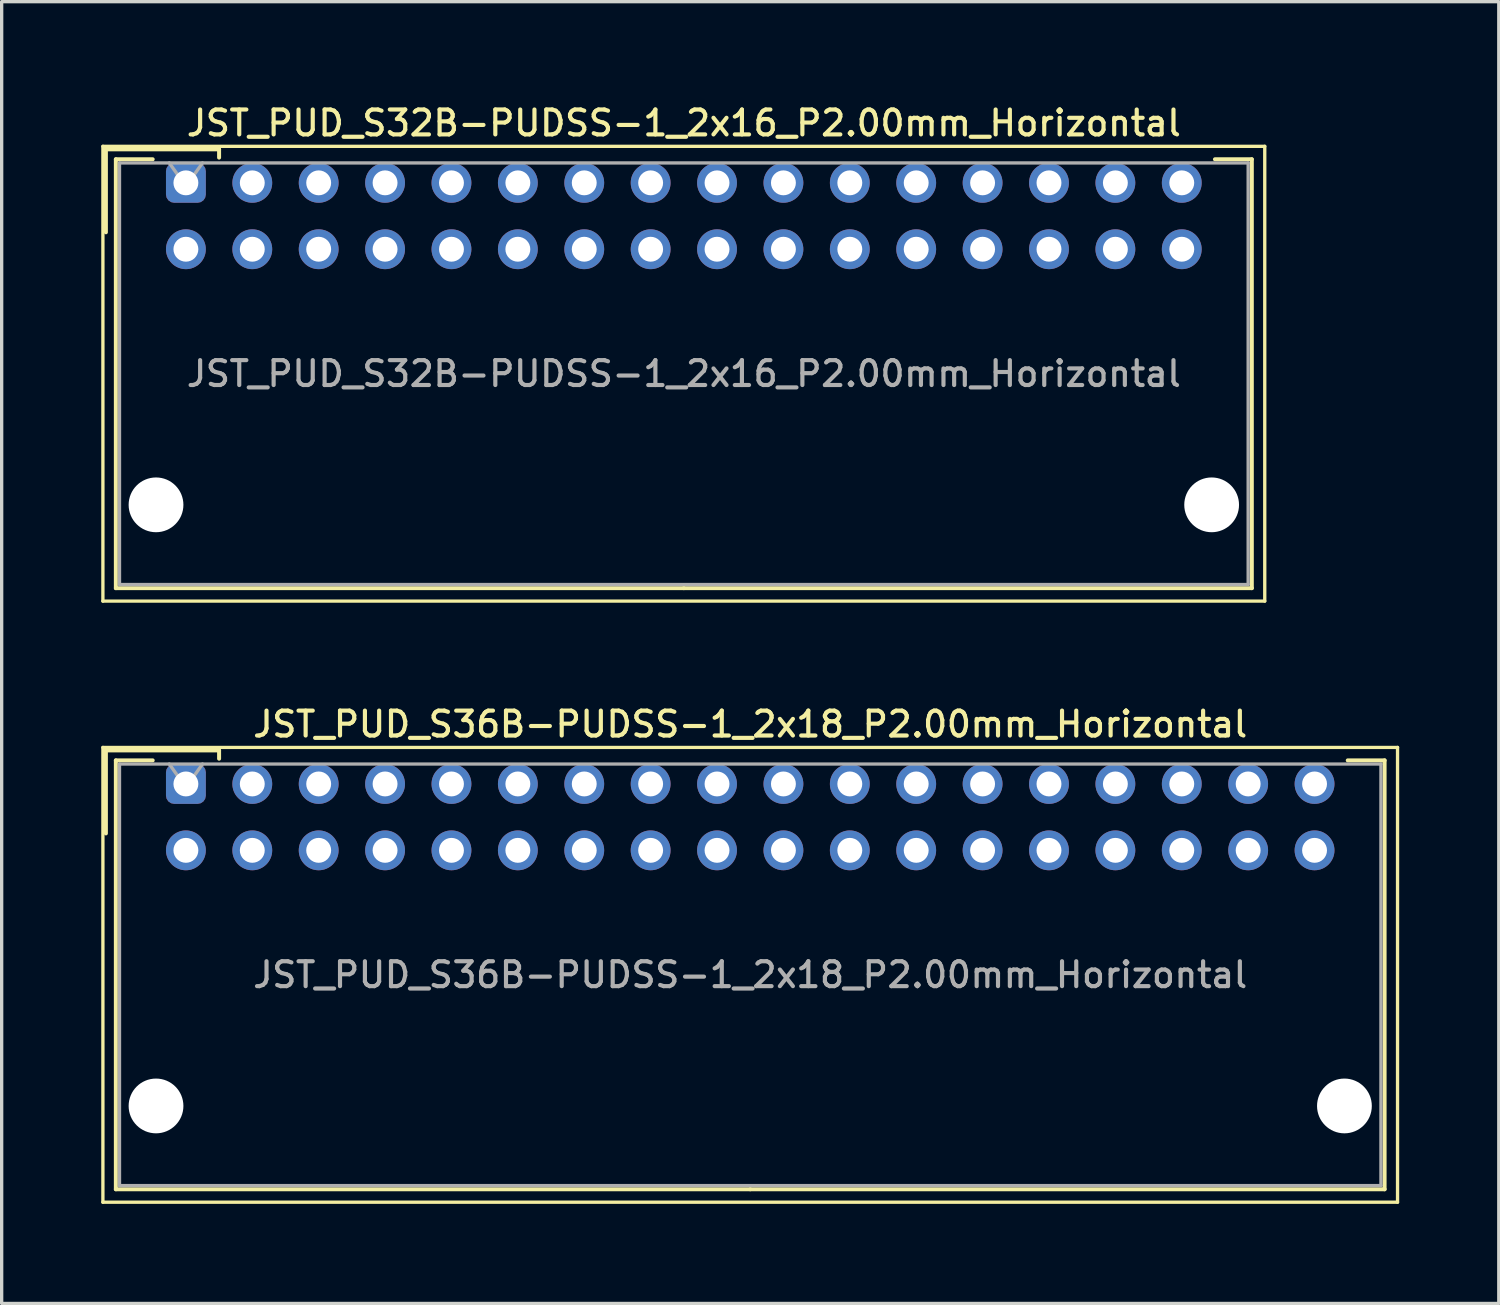
<source format=kicad_pcb>
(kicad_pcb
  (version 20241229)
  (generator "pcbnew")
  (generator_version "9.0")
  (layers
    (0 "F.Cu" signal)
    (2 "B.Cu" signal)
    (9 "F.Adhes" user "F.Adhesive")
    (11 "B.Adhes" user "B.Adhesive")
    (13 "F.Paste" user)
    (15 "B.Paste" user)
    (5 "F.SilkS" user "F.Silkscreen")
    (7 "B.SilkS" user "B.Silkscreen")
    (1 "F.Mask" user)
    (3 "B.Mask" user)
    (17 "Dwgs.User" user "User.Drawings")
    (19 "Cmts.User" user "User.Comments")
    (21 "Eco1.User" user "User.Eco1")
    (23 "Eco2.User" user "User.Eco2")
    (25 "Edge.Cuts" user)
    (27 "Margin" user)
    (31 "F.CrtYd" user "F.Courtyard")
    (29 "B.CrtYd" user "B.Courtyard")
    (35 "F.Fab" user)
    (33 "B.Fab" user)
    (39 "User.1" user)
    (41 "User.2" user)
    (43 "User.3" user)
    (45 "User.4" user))
  (footprint "JST_PUD_S32B-PUDSS-1_2x16_P2.00mm_Horizontal"
    (layer "F.Cu")
    (at 2.55 2.458)
    (property "Reference" "JST_PUD_S32B-PUDSS-1_2x16_P2.00mm_Horizontal" (at 15 -1.8 0) (layer "F.SilkS") (effects (font (size 0.75 0.75) (thickness 0.125))))
    (attr through_hole)
    (fp_line (start -2.5 -1.1) (end -2.5 12.6) (stroke (width 0.1) (type solid)) (layer "F.SilkS"))
    (fp_line (start -2.5 12.6) (end 32.5 12.6) (stroke (width 0.1) (type solid)) (layer "F.SilkS"))
    (fp_line (start -2.41 -1.01) (end -2.41 1.49) (stroke (width 0.12) (type solid)) (layer "F.SilkS"))
    (fp_line (start -2.11 -0.71) (end -2.11 12.21) (stroke (width 0.12) (type solid)) (layer "F.SilkS"))
    (fp_line (start -2.11 12.21) (end 15 12.21) (stroke (width 0.12) (type solid)) (layer "F.SilkS"))
    (fp_line (start -1 -0.71) (end -2.11 -0.71) (stroke (width 0.12) (type solid)) (layer "F.SilkS"))
    (fp_line (start 1 -1.01) (end -2.41 -1.01) (stroke (width 0.12) (type solid)) (layer "F.SilkS"))
    (fp_line (start 1 -0.76) (end 1 -1.01) (stroke (width 0.12) (type solid)) (layer "F.SilkS"))
    (fp_line (start 31 -0.71) (end 32.11 -0.71) (stroke (width 0.12) (type solid)) (layer "F.SilkS"))
    (fp_line (start 32.11 -0.71) (end 32.11 12.21) (stroke (width 0.12) (type solid)) (layer "F.SilkS"))
    (fp_line (start 32.11 12.21) (end 15 12.21) (stroke (width 0.12) (type solid)) (layer "F.SilkS"))
    (fp_line (start 32.5 -1.1) (end -2.5 -1.1) (stroke (width 0.1) (type solid)) (layer "F.SilkS"))
    (fp_line (start 32.5 12.6) (end 32.5 -1.1) (stroke (width 0.1) (type solid)) (layer "F.SilkS"))
    (fp_line (start -2 -0.6) (end -2 12.1) (stroke (width 0.1) (type solid)) (layer "F.Fab"))
    (fp_line (start -2 12.1) (end 32 12.1) (stroke (width 0.1) (type solid)) (layer "F.Fab"))
    (fp_line (start 0 0.107) (end -0.5 -0.6) (stroke (width 0.1) (type solid)) (layer "F.Fab"))
    (fp_line (start 0.5 -0.6) (end 0 0.107) (stroke (width 0.1) (type solid)) (layer "F.Fab"))
    (fp_line (start 32 -0.6) (end -2 -0.6) (stroke (width 0.1) (type solid)) (layer "F.Fab"))
    (fp_line (start 32 12.1) (end 32 -0.6) (stroke (width 0.1) (type solid)) (layer "F.Fab"))
    (fp_text user "${REFERENCE}" (at 15 5.75 0) (layer "F.Fab") (effects (font (size 0.75 0.75) (thickness 0.125))))
    (pad "" np_thru_hole circle (at -0.9 9.7) (size 1.65 1.65) (drill 1.65) (layers "*.Cu" "*.Mask"))
    (pad "" np_thru_hole circle (at 30.9 9.7) (size 1.65 1.65) (drill 1.65) (layers "*.Cu" "*.Mask"))
    (pad "1" thru_hole roundrect (at 0 0) (size 1.2 1.2) (drill 0.75) (layers "*.Cu" "*.Mask") (roundrect_rratio 0.208))
    (pad "2" thru_hole circle (at 0 2) (size 1.2 1.2) (drill 0.75) (layers "*.Cu" "*.Mask"))
    (pad "3" thru_hole circle (at 2 0) (size 1.2 1.2) (drill 0.75) (layers "*.Cu" "*.Mask"))
    (pad "4" thru_hole circle (at 2 2) (size 1.2 1.2) (drill 0.75) (layers "*.Cu" "*.Mask"))
    (pad "5" thru_hole circle (at 4 0) (size 1.2 1.2) (drill 0.75) (layers "*.Cu" "*.Mask"))
    (pad "6" thru_hole circle (at 4 2) (size 1.2 1.2) (drill 0.75) (layers "*.Cu" "*.Mask"))
    (pad "7" thru_hole circle (at 6 0) (size 1.2 1.2) (drill 0.75) (layers "*.Cu" "*.Mask"))
    (pad "8" thru_hole circle (at 6 2) (size 1.2 1.2) (drill 0.75) (layers "*.Cu" "*.Mask"))
    (pad "9" thru_hole circle (at 8 0) (size 1.2 1.2) (drill 0.75) (layers "*.Cu" "*.Mask"))
    (pad "10" thru_hole circle (at 8 2) (size 1.2 1.2) (drill 0.75) (layers "*.Cu" "*.Mask"))
    (pad "11" thru_hole circle (at 10 0) (size 1.2 1.2) (drill 0.75) (layers "*.Cu" "*.Mask"))
    (pad "12" thru_hole circle (at 10 2) (size 1.2 1.2) (drill 0.75) (layers "*.Cu" "*.Mask"))
    (pad "13" thru_hole circle (at 12 0) (size 1.2 1.2) (drill 0.75) (layers "*.Cu" "*.Mask"))
    (pad "14" thru_hole circle (at 12 2) (size 1.2 1.2) (drill 0.75) (layers "*.Cu" "*.Mask"))
    (pad "15" thru_hole circle (at 14 0) (size 1.2 1.2) (drill 0.75) (layers "*.Cu" "*.Mask"))
    (pad "16" thru_hole circle (at 14 2) (size 1.2 1.2) (drill 0.75) (layers "*.Cu" "*.Mask"))
    (pad "17" thru_hole circle (at 16 0) (size 1.2 1.2) (drill 0.75) (layers "*.Cu" "*.Mask"))
    (pad "18" thru_hole circle (at 16 2) (size 1.2 1.2) (drill 0.75) (layers "*.Cu" "*.Mask"))
    (pad "19" thru_hole circle (at 18 0) (size 1.2 1.2) (drill 0.75) (layers "*.Cu" "*.Mask"))
    (pad "20" thru_hole circle (at 18 2) (size 1.2 1.2) (drill 0.75) (layers "*.Cu" "*.Mask"))
    (pad "21" thru_hole circle (at 20 0) (size 1.2 1.2) (drill 0.75) (layers "*.Cu" "*.Mask"))
    (pad "22" thru_hole circle (at 20 2) (size 1.2 1.2) (drill 0.75) (layers "*.Cu" "*.Mask"))
    (pad "23" thru_hole circle (at 22 0) (size 1.2 1.2) (drill 0.75) (layers "*.Cu" "*.Mask"))
    (pad "24" thru_hole circle (at 22 2) (size 1.2 1.2) (drill 0.75) (layers "*.Cu" "*.Mask"))
    (pad "25" thru_hole circle (at 24 0) (size 1.2 1.2) (drill 0.75) (layers "*.Cu" "*.Mask"))
    (pad "26" thru_hole circle (at 24 2) (size 1.2 1.2) (drill 0.75) (layers "*.Cu" "*.Mask"))
    (pad "27" thru_hole circle (at 26 0) (size 1.2 1.2) (drill 0.75) (layers "*.Cu" "*.Mask"))
    (pad "28" thru_hole circle (at 26 2) (size 1.2 1.2) (drill 0.75) (layers "*.Cu" "*.Mask"))
    (pad "29" thru_hole circle (at 28 0) (size 1.2 1.2) (drill 0.75) (layers "*.Cu" "*.Mask"))
    (pad "30" thru_hole circle (at 28 2) (size 1.2 1.2) (drill 0.75) (layers "*.Cu" "*.Mask"))
    (pad "31" thru_hole circle (at 30 0) (size 1.2 1.2) (drill 0.75) (layers "*.Cu" "*.Mask"))
    (pad "32" thru_hole circle (at 30 2) (size 1.2 1.2) (drill 0.75) (layers "*.Cu" "*.Mask")))
  (footprint "JST_PUD_S36B-PUDSS-1_2x18_P2.00mm_Horizontal"
    (layer "F.Cu")
    (at 2.55 20.566)
    (property "Reference" "JST_PUD_S36B-PUDSS-1_2x18_P2.00mm_Horizontal" (at 17 -1.8 0) (layer "F.SilkS") (effects (font (size 0.75 0.75) (thickness 0.125))))
    (attr through_hole)
    (fp_line (start -2.5 -1.1) (end -2.5 12.6) (stroke (width 0.1) (type solid)) (layer "F.SilkS"))
    (fp_line (start -2.5 12.6) (end 36.5 12.6) (stroke (width 0.1) (type solid)) (layer "F.SilkS"))
    (fp_line (start -2.41 -1.01) (end -2.41 1.49) (stroke (width 0.12) (type solid)) (layer "F.SilkS"))
    (fp_line (start -2.11 -0.71) (end -2.11 12.21) (stroke (width 0.12) (type solid)) (layer "F.SilkS"))
    (fp_line (start -2.11 12.21) (end 17 12.21) (stroke (width 0.12) (type solid)) (layer "F.SilkS"))
    (fp_line (start -1 -0.71) (end -2.11 -0.71) (stroke (width 0.12) (type solid)) (layer "F.SilkS"))
    (fp_line (start 1 -1.01) (end -2.41 -1.01) (stroke (width 0.12) (type solid)) (layer "F.SilkS"))
    (fp_line (start 1 -0.76) (end 1 -1.01) (stroke (width 0.12) (type solid)) (layer "F.SilkS"))
    (fp_line (start 35 -0.71) (end 36.11 -0.71) (stroke (width 0.12) (type solid)) (layer "F.SilkS"))
    (fp_line (start 36.11 -0.71) (end 36.11 12.21) (stroke (width 0.12) (type solid)) (layer "F.SilkS"))
    (fp_line (start 36.11 12.21) (end 17 12.21) (stroke (width 0.12) (type solid)) (layer "F.SilkS"))
    (fp_line (start 36.5 -1.1) (end -2.5 -1.1) (stroke (width 0.1) (type solid)) (layer "F.SilkS"))
    (fp_line (start 36.5 12.6) (end 36.5 -1.1) (stroke (width 0.1) (type solid)) (layer "F.SilkS"))
    (fp_line (start -2 -0.6) (end -2 12.1) (stroke (width 0.1) (type solid)) (layer "F.Fab"))
    (fp_line (start -2 12.1) (end 36 12.1) (stroke (width 0.1) (type solid)) (layer "F.Fab"))
    (fp_line (start 0 0.107) (end -0.5 -0.6) (stroke (width 0.1) (type solid)) (layer "F.Fab"))
    (fp_line (start 0.5 -0.6) (end 0 0.107) (stroke (width 0.1) (type solid)) (layer "F.Fab"))
    (fp_line (start 36 -0.6) (end -2 -0.6) (stroke (width 0.1) (type solid)) (layer "F.Fab"))
    (fp_line (start 36 12.1) (end 36 -0.6) (stroke (width 0.1) (type solid)) (layer "F.Fab"))
    (fp_text user "${REFERENCE}" (at 17 5.75 0) (layer "F.Fab") (effects (font (size 0.75 0.75) (thickness 0.125))))
    (pad "" np_thru_hole circle (at -0.9 9.7) (size 1.65 1.65) (drill 1.65) (layers "*.Cu" "*.Mask"))
    (pad "" np_thru_hole circle (at 34.9 9.7) (size 1.65 1.65) (drill 1.65) (layers "*.Cu" "*.Mask"))
    (pad "1" thru_hole roundrect (at 0 0) (size 1.2 1.2) (drill 0.75) (layers "*.Cu" "*.Mask") (roundrect_rratio 0.208))
    (pad "2" thru_hole circle (at 0 2) (size 1.2 1.2) (drill 0.75) (layers "*.Cu" "*.Mask"))
    (pad "3" thru_hole circle (at 2 0) (size 1.2 1.2) (drill 0.75) (layers "*.Cu" "*.Mask"))
    (pad "4" thru_hole circle (at 2 2) (size 1.2 1.2) (drill 0.75) (layers "*.Cu" "*.Mask"))
    (pad "5" thru_hole circle (at 4 0) (size 1.2 1.2) (drill 0.75) (layers "*.Cu" "*.Mask"))
    (pad "6" thru_hole circle (at 4 2) (size 1.2 1.2) (drill 0.75) (layers "*.Cu" "*.Mask"))
    (pad "7" thru_hole circle (at 6 0) (size 1.2 1.2) (drill 0.75) (layers "*.Cu" "*.Mask"))
    (pad "8" thru_hole circle (at 6 2) (size 1.2 1.2) (drill 0.75) (layers "*.Cu" "*.Mask"))
    (pad "9" thru_hole circle (at 8 0) (size 1.2 1.2) (drill 0.75) (layers "*.Cu" "*.Mask"))
    (pad "10" thru_hole circle (at 8 2) (size 1.2 1.2) (drill 0.75) (layers "*.Cu" "*.Mask"))
    (pad "11" thru_hole circle (at 10 0) (size 1.2 1.2) (drill 0.75) (layers "*.Cu" "*.Mask"))
    (pad "12" thru_hole circle (at 10 2) (size 1.2 1.2) (drill 0.75) (layers "*.Cu" "*.Mask"))
    (pad "13" thru_hole circle (at 12 0) (size 1.2 1.2) (drill 0.75) (layers "*.Cu" "*.Mask"))
    (pad "14" thru_hole circle (at 12 2) (size 1.2 1.2) (drill 0.75) (layers "*.Cu" "*.Mask"))
    (pad "15" thru_hole circle (at 14 0) (size 1.2 1.2) (drill 0.75) (layers "*.Cu" "*.Mask"))
    (pad "16" thru_hole circle (at 14 2) (size 1.2 1.2) (drill 0.75) (layers "*.Cu" "*.Mask"))
    (pad "17" thru_hole circle (at 16 0) (size 1.2 1.2) (drill 0.75) (layers "*.Cu" "*.Mask"))
    (pad "18" thru_hole circle (at 16 2) (size 1.2 1.2) (drill 0.75) (layers "*.Cu" "*.Mask"))
    (pad "19" thru_hole circle (at 18 0) (size 1.2 1.2) (drill 0.75) (layers "*.Cu" "*.Mask"))
    (pad "20" thru_hole circle (at 18 2) (size 1.2 1.2) (drill 0.75) (layers "*.Cu" "*.Mask"))
    (pad "21" thru_hole circle (at 20 0) (size 1.2 1.2) (drill 0.75) (layers "*.Cu" "*.Mask"))
    (pad "22" thru_hole circle (at 20 2) (size 1.2 1.2) (drill 0.75) (layers "*.Cu" "*.Mask"))
    (pad "23" thru_hole circle (at 22 0) (size 1.2 1.2) (drill 0.75) (layers "*.Cu" "*.Mask"))
    (pad "24" thru_hole circle (at 22 2) (size 1.2 1.2) (drill 0.75) (layers "*.Cu" "*.Mask"))
    (pad "25" thru_hole circle (at 24 0) (size 1.2 1.2) (drill 0.75) (layers "*.Cu" "*.Mask"))
    (pad "26" thru_hole circle (at 24 2) (size 1.2 1.2) (drill 0.75) (layers "*.Cu" "*.Mask"))
    (pad "27" thru_hole circle (at 26 0) (size 1.2 1.2) (drill 0.75) (layers "*.Cu" "*.Mask"))
    (pad "28" thru_hole circle (at 26 2) (size 1.2 1.2) (drill 0.75) (layers "*.Cu" "*.Mask"))
    (pad "29" thru_hole circle (at 28 0) (size 1.2 1.2) (drill 0.75) (layers "*.Cu" "*.Mask"))
    (pad "30" thru_hole circle (at 28 2) (size 1.2 1.2) (drill 0.75) (layers "*.Cu" "*.Mask"))
    (pad "31" thru_hole circle (at 30 0) (size 1.2 1.2) (drill 0.75) (layers "*.Cu" "*.Mask"))
    (pad "32" thru_hole circle (at 30 2) (size 1.2 1.2) (drill 0.75) (layers "*.Cu" "*.Mask"))
    (pad "33" thru_hole circle (at 32 0) (size 1.2 1.2) (drill 0.75) (layers "*.Cu" "*.Mask"))
    (pad "34" thru_hole circle (at 32 2) (size 1.2 1.2) (drill 0.75) (layers "*.Cu" "*.Mask"))
    (pad "35" thru_hole circle (at 34 0) (size 1.2 1.2) (drill 0.75) (layers "*.Cu" "*.Mask"))
    (pad "36" thru_hole circle (at 34 2) (size 1.2 1.2) (drill 0.75) (layers "*.Cu" "*.Mask")))
  (gr_rect
    (start -3 -3)
    (end 42.1 36.216)
    (stroke (width 0.1) (type default))
    (fill no)
    (layer "Edge.Cuts")))
</source>
